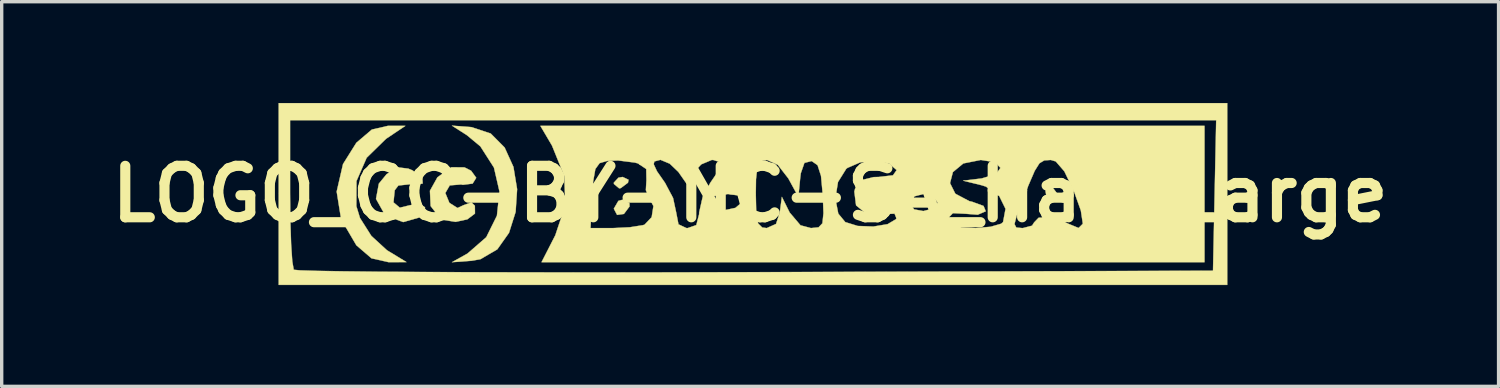
<source format=kicad_pcb>
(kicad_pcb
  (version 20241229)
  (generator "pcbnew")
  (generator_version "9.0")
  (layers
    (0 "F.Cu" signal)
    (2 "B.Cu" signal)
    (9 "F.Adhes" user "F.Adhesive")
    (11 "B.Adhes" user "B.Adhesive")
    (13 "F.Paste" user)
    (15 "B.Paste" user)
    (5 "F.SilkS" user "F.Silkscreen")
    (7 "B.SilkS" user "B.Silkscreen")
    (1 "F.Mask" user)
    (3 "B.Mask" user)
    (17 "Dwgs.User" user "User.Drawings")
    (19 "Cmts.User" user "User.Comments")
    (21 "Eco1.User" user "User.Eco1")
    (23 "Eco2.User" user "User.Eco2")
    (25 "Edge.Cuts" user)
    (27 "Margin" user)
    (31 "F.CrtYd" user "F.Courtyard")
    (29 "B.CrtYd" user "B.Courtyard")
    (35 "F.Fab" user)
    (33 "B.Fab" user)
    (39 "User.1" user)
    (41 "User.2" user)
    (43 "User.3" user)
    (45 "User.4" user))
  (footprint "LOGO_CC-BY-NC-SA_Half_Large"
    (layer "F.Cu")
    (at 19.166 2.696)
    (property "Reference" "LOGO_CC-BY-NC-SA_Half_Large" (at 0 0 0) (layer "F.SilkS") (effects (font (size 1.524 1.524) (thickness 0.3))))
    (attr through_hole board_only exclude_from_pos_files exclude_from_bom)
    (fp_poly (pts (xy -3.575 0.266) (xy -3.571 0.368) (xy -3.738 0.59) (xy -3.94 0.618) (xy -4.037 0.435) (xy -3.902 0.203) (xy -3.771 0.168) (xy -3.575 0.266)) (stroke (width 0.01) (type solid)) (fill yes) (layer "F.SilkS"))
    (fp_poly (pts (xy -3.601 -0.423) (xy -3.617 -0.336) (xy -3.832 -0.175) (xy -3.879 -0.168) (xy -4.033 -0.297) (xy -4.037 -0.336) (xy -3.9 -0.484) (xy -3.775 -0.505) (xy -3.601 -0.423)) (stroke (width 0.01) (type solid)) (fill yes) (layer "F.SilkS"))
    (fp_poly (pts (xy 8.915 -0.252) (xy 9.077 -0.037) (xy 9.083 0.01) (xy 8.955 0.164) (xy 8.915 0.168) (xy 8.768 0.031) (xy 8.747 -0.094) (xy 8.829 -0.268) (xy 8.915 -0.252)) (stroke (width 0.01) (type solid)) (fill yes) (layer "F.SilkS"))
    (fp_poly (pts (xy -8.248 -1.98) (xy -7.683 -1.792) (xy -7.27 -1.376) (xy -7.01 -0.803) (xy -6.901 -0.143) (xy -6.945 0.531) (xy -7.141 1.149) (xy -7.488 1.639) (xy -7.988 1.931) (xy -8.248 1.977) (xy -8.831 2.02) (xy -8.371 1.763) (xy -7.815 1.28) (xy -7.499 0.642) (xy -7.423 -0.072) (xy -7.587 -0.783) (xy -7.989 -1.411) (xy -8.389 -1.743) (xy -8.831 -2.025) (xy -8.248 -1.98)) (stroke (width 0.01) (type solid)) (fill yes) (layer "F.SilkS"))
    (fp_poly (pts (xy -10.783 -1.635) (xy -11.357 -1.074) (xy -11.658 -0.385) (xy -11.662 0.36) (xy -11.554 0.711) (xy -11.218 1.241) (xy -10.759 1.662) (xy -10.734 1.678) (xy -10.177 2.017) (xy -10.709 2.018) (xy -11.214 1.904) (xy -11.659 1.521) (xy -11.662 1.518) (xy -12.113 0.748) (xy -12.245 -0.072) (xy -12.057 -0.887) (xy -11.662 -1.518) (xy -11.203 -1.909) (xy -10.726 -2.019) (xy -10.211 -2.019) (xy -10.783 -1.635)) (stroke (width 0.01) (type solid)) (fill yes) (layer "F.SilkS"))
    (fp_poly (pts (xy -10.124 -0.752) (xy -9.998 -0.699) (xy -9.708 -0.488) (xy -9.697 -0.312) (xy -9.945 -0.26) (xy -10.091 -0.287) (xy -10.418 -0.252) (xy -10.526 -0.111) (xy -10.562 0.247) (xy -10.375 0.405) (xy -10.093 0.336) (xy -9.796 0.278) (xy -9.627 0.396) (xy -9.67 0.598) (xy -9.777 0.689) (xy -10.275 0.831) (xy -10.746 0.657) (xy -10.838 0.577) (xy -11.08 0.144) (xy -10.996 -0.307) (xy -10.765 -0.589) (xy -10.453 -0.792) (xy -10.124 -0.752)) (stroke (width 0.01) (type solid)) (fill yes) (layer "F.SilkS"))
    (fp_poly (pts (xy -8.46 -0.789) (xy -8.263 -0.689) (xy -8.112 -0.481) (xy -8.218 -0.309) (xy -8.509 -0.272) (xy -8.56 -0.283) (xy -8.896 -0.256) (xy -9.027 -0.03) (xy -8.907 0.262) (xy -8.665 0.414) (xy -8.487 0.33) (xy -8.255 0.247) (xy -8.152 0.347) (xy -8.149 0.578) (xy -8.375 0.75) (xy -8.722 0.825) (xy -9.084 0.767) (xy -9.187 0.712) (xy -9.462 0.357) (xy -9.483 -0.096) (xy -9.26 -0.496) (xy -8.848 -0.793) (xy -8.46 -0.789)) (stroke (width 0.01) (type solid)) (fill yes) (layer "F.SilkS"))
    (fp_poly (pts (xy 14.13 2.691) (xy -13.962 2.691) (xy -13.962 -2.187) (xy -13.625 -2.187) (xy -13.625 -0.028) (xy -13.617 0.793) (xy -13.594 1.488) (xy -13.56 1.991) (xy -13.518 2.234) (xy -13.512 2.244) (xy -13.33 2.261) (xy -12.837 2.276) (xy -12.059 2.289) (xy -11.02 2.301) (xy -9.746 2.309) (xy -8.262 2.316) (xy -6.595 2.32) (xy -4.768 2.322) (xy -2.808 2.321) (xy -0.74 2.316) (xy 0.155 2.314) (xy 13.709 2.271) (xy 13.756 0.042) (xy 13.803 -2.187) (xy -13.625 -2.187) (xy -13.962 -2.187) (xy -13.962 -2.691) (xy 14.13 -2.691) (xy 14.13 2.691)) (stroke (width 0.01) (type solid)) (fill yes) (layer "F.SilkS"))
    (fp_poly (pts (xy 13.457 2.019) (xy -6.178 2.019) (xy -5.769 1.22) (xy -5.699 1.009) (xy -4.727 1.009) (xy -4.059 1.009) (xy -3.559 0.984) (xy -3.175 0.923) (xy -3.126 0.907) (xy -2.916 0.686) (xy -2.864 0.357) (xy -2.998 0.103) (xy -3.005 0.098) (xy -3.088 -0.116) (xy -3.071 -0.409) (xy -3.077 -0.741) (xy -3.288 -0.883) (xy -2.856 -0.883) (xy -2.759 -0.674) (xy -2.53 -0.345) (xy -2.523 -0.336) (xy -2.282 0.118) (xy -2.19 0.547) (xy -2.122 0.898) (xy -1.888 1.008) (xy -1.85 1.009) (xy -1.594 0.92) (xy -1.511 0.599) (xy -1.51 0.547) (xy -1.437 0.225) (xy -1.173 0.225) (xy -1.058 0.4) (xy -0.781 0.484) (xy -0.435 0.41) (xy -0.214 0.222) (xy -0.209 0.21) (xy -0.297 0.05) (xy -0.659 0) (xy 0.168 0) (xy 0.181 0.565) (xy 0.236 0.87) (xy 0.358 0.992) (xy 0.493 1.009) (xy 0.767 0.886) (xy 0.879 0.547) (xy 0.94 0.084) (xy 1.17 0.547) (xy 1.492 0.927) (xy 1.802 1.009) (xy 2.027 0.987) (xy 2.141 0.867) (xy 2.172 0.569) (xy 2.156 0.131) (xy 2.524 0.131) (xy 2.611 0.581) (xy 2.818 0.832) (xy 3.187 0.946) (xy 3.649 0.963) (xy 4.071 0.893) (xy 4.317 0.747) (xy 4.332 0.716) (xy 4.324 0.697) (xy 5.88 0.697) (xy 6 0.897) (xy 6.256 0.986) (xy 6.679 1.008) (xy 7.122 0.97) (xy 7.393 0.892) (xy 7.829 0.892) (xy 7.884 0.993) (xy 8.06 1.009) (xy 8.077 1.009) (xy 8.349 0.938) (xy 8.411 0.841) (xy 8.545 0.702) (xy 8.868 0.688) (xy 9.257 0.795) (xy 9.415 0.877) (xy 9.728 1.006) (xy 9.854 0.88) (xy 9.794 0.487) (xy 9.591 -0.078) (xy 9.306 -0.672) (xy 9.052 -0.965) (xy 8.906 -1.009) (xy 8.712 -0.996) (xy 8.569 -0.911) (xy 8.429 -0.688) (xy 8.244 -0.26) (xy 8.087 0.135) (xy 7.897 0.632) (xy 7.829 0.892) (xy 7.393 0.892) (xy 7.436 0.88) (xy 7.491 0.831) (xy 7.564 0.439) (xy 7.374 0.053) (xy 6.983 -0.22) (xy 6.857 -0.26) (xy 6.308 -0.395) (xy 6.855 -0.461) (xy 7.282 -0.587) (xy 7.413 -0.774) (xy 7.252 -0.942) (xy 6.833 -1.009) (xy 6.315 -0.906) (xy 6.005 -0.649) (xy 5.92 -0.323) (xy 6.077 -0.009) (xy 6.492 0.211) (xy 6.576 0.23) (xy 6.913 0.353) (xy 6.978 0.509) (xy 6.976 0.513) (xy 6.741 0.613) (xy 6.376 0.585) (xy 6.006 0.567) (xy 5.88 0.697) (xy 4.324 0.697) (xy 4.278 0.582) (xy 3.956 0.597) (xy 3.915 0.605) (xy 3.436 0.582) (xy 3.138 0.336) (xy 3.127 0.252) (xy 4.71 0.252) (xy 4.856 0.455) (xy 5.13 0.505) (xy 5.469 0.417) (xy 5.551 0.252) (xy 5.405 0.049) (xy 5.13 0) (xy 4.792 0.088) (xy 4.71 0.252) (xy 3.127 0.252) (xy 3.086 -0.072) (xy 3.109 -0.16) (xy 3.285 -0.409) (xy 3.658 -0.501) (xy 3.81 -0.505) (xy 4.231 -0.554) (xy 4.336 -0.704) (xy 4.333 -0.715) (xy 4.115 -0.904) (xy 3.713 -0.978) (xy 3.258 -0.936) (xy 2.881 -0.773) (xy 2.844 -0.743) (xy 2.602 -0.355) (xy 2.524 0.131) (xy 2.156 0.131) (xy 2.153 0.044) (xy 2.099 -0.538) (xy 1.997 -0.854) (xy 1.826 -0.974) (xy 1.82 -0.976) (xy 1.608 -0.922) (xy 1.5 -0.613) (xy 1.483 -0.473) (xy 1.429 0.084) (xy 1.131 -0.463) (xy 0.82 -0.863) (xy 0.5 -1.009) (xy 0.315 -0.971) (xy 0.214 -0.806) (xy 0.174 -0.437) (xy 0.168 0) (xy -0.659 0) (xy -1.066 0.059) (xy -1.173 0.225) (xy -1.437 0.225) (xy -1.403 0.075) (xy -1.177 -0.336) (xy -0.907 -0.731) (xy -0.88 -0.941) (xy -1.094 -1.009) (xy -1.137 -1.009) (xy -1.448 -0.878) (xy -1.655 -0.654) (xy -1.877 -0.299) (xy -2.125 -0.654) (xy -2.38 -0.898) (xy -2.655 -1.013) (xy -2.836 -0.965) (xy -2.856 -0.883) (xy -3.288 -0.883) (xy -3.322 -0.906) (xy -3.413 -0.931) (xy -3.91 -0.994) (xy -4.23 -0.981) (xy -4.457 -0.915) (xy -4.584 -0.74) (xy -4.649 -0.374) (xy -4.676 0.042) (xy -4.727 1.009) (xy -5.699 1.009) (xy -5.473 0.336) (xy -5.505 -0.537) (xy -5.867 -1.433) (xy -5.89 -1.472) (xy -6.212 -2.019) (xy 13.457 -2.019) (xy 13.457 2.019)) (stroke (width 0.01) (type solid)) (fill yes) (layer "F.SilkS")))
  (gr_rect
    (start -3 -3)
    (end 41.332 8.393)
    (stroke (width 0.1) (type default))
    (fill no)
    (layer "Edge.Cuts")))
</source>
